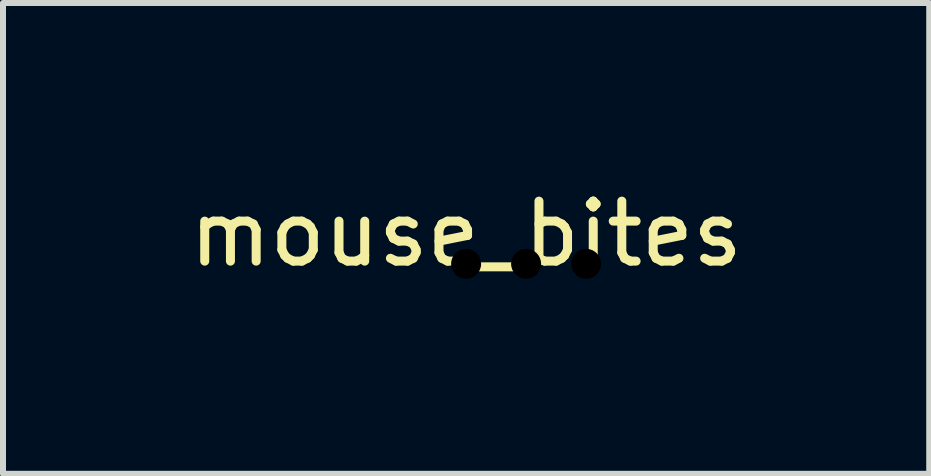
<source format=kicad_pcb>
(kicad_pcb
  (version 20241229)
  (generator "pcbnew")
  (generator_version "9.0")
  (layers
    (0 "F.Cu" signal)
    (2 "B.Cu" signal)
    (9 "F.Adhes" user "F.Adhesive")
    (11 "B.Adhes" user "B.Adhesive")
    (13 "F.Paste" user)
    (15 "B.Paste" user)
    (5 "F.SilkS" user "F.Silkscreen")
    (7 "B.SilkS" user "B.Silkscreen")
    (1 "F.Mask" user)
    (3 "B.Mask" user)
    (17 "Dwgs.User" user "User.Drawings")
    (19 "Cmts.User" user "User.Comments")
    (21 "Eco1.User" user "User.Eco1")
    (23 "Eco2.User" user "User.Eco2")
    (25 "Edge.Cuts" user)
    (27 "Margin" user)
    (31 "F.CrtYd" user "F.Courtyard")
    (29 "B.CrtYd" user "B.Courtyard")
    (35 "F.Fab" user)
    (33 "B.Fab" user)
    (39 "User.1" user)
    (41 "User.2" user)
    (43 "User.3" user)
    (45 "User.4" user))
  (footprint "mouse_bites"
    (layer "F.Cu")
    (at 4.72 1.348)
    (property "Reference" "mouse_bites" (at 0 -0.5 0) (unlocked yes) (layer "F.SilkS") (effects (font (size 1 1) (thickness 0.15))))
    (pad "" np_thru_hole circle (at 0 0) (size 1 1) (drill 0.5) (layers "*.Mask"))
    (pad "" np_thru_hole circle (at 1 0) (size 1 1) (drill 0.5) (layers "*.Mask"))
    (pad "" np_thru_hole circle (at 2 0) (size 1 1) (drill 0.5) (layers "*.Mask")))
  (gr_rect
    (start -3 -3)
    (end 12.44 4.848)
    (stroke (width 0.1) (type default))
    (fill no)
    (layer "Edge.Cuts")))
</source>
